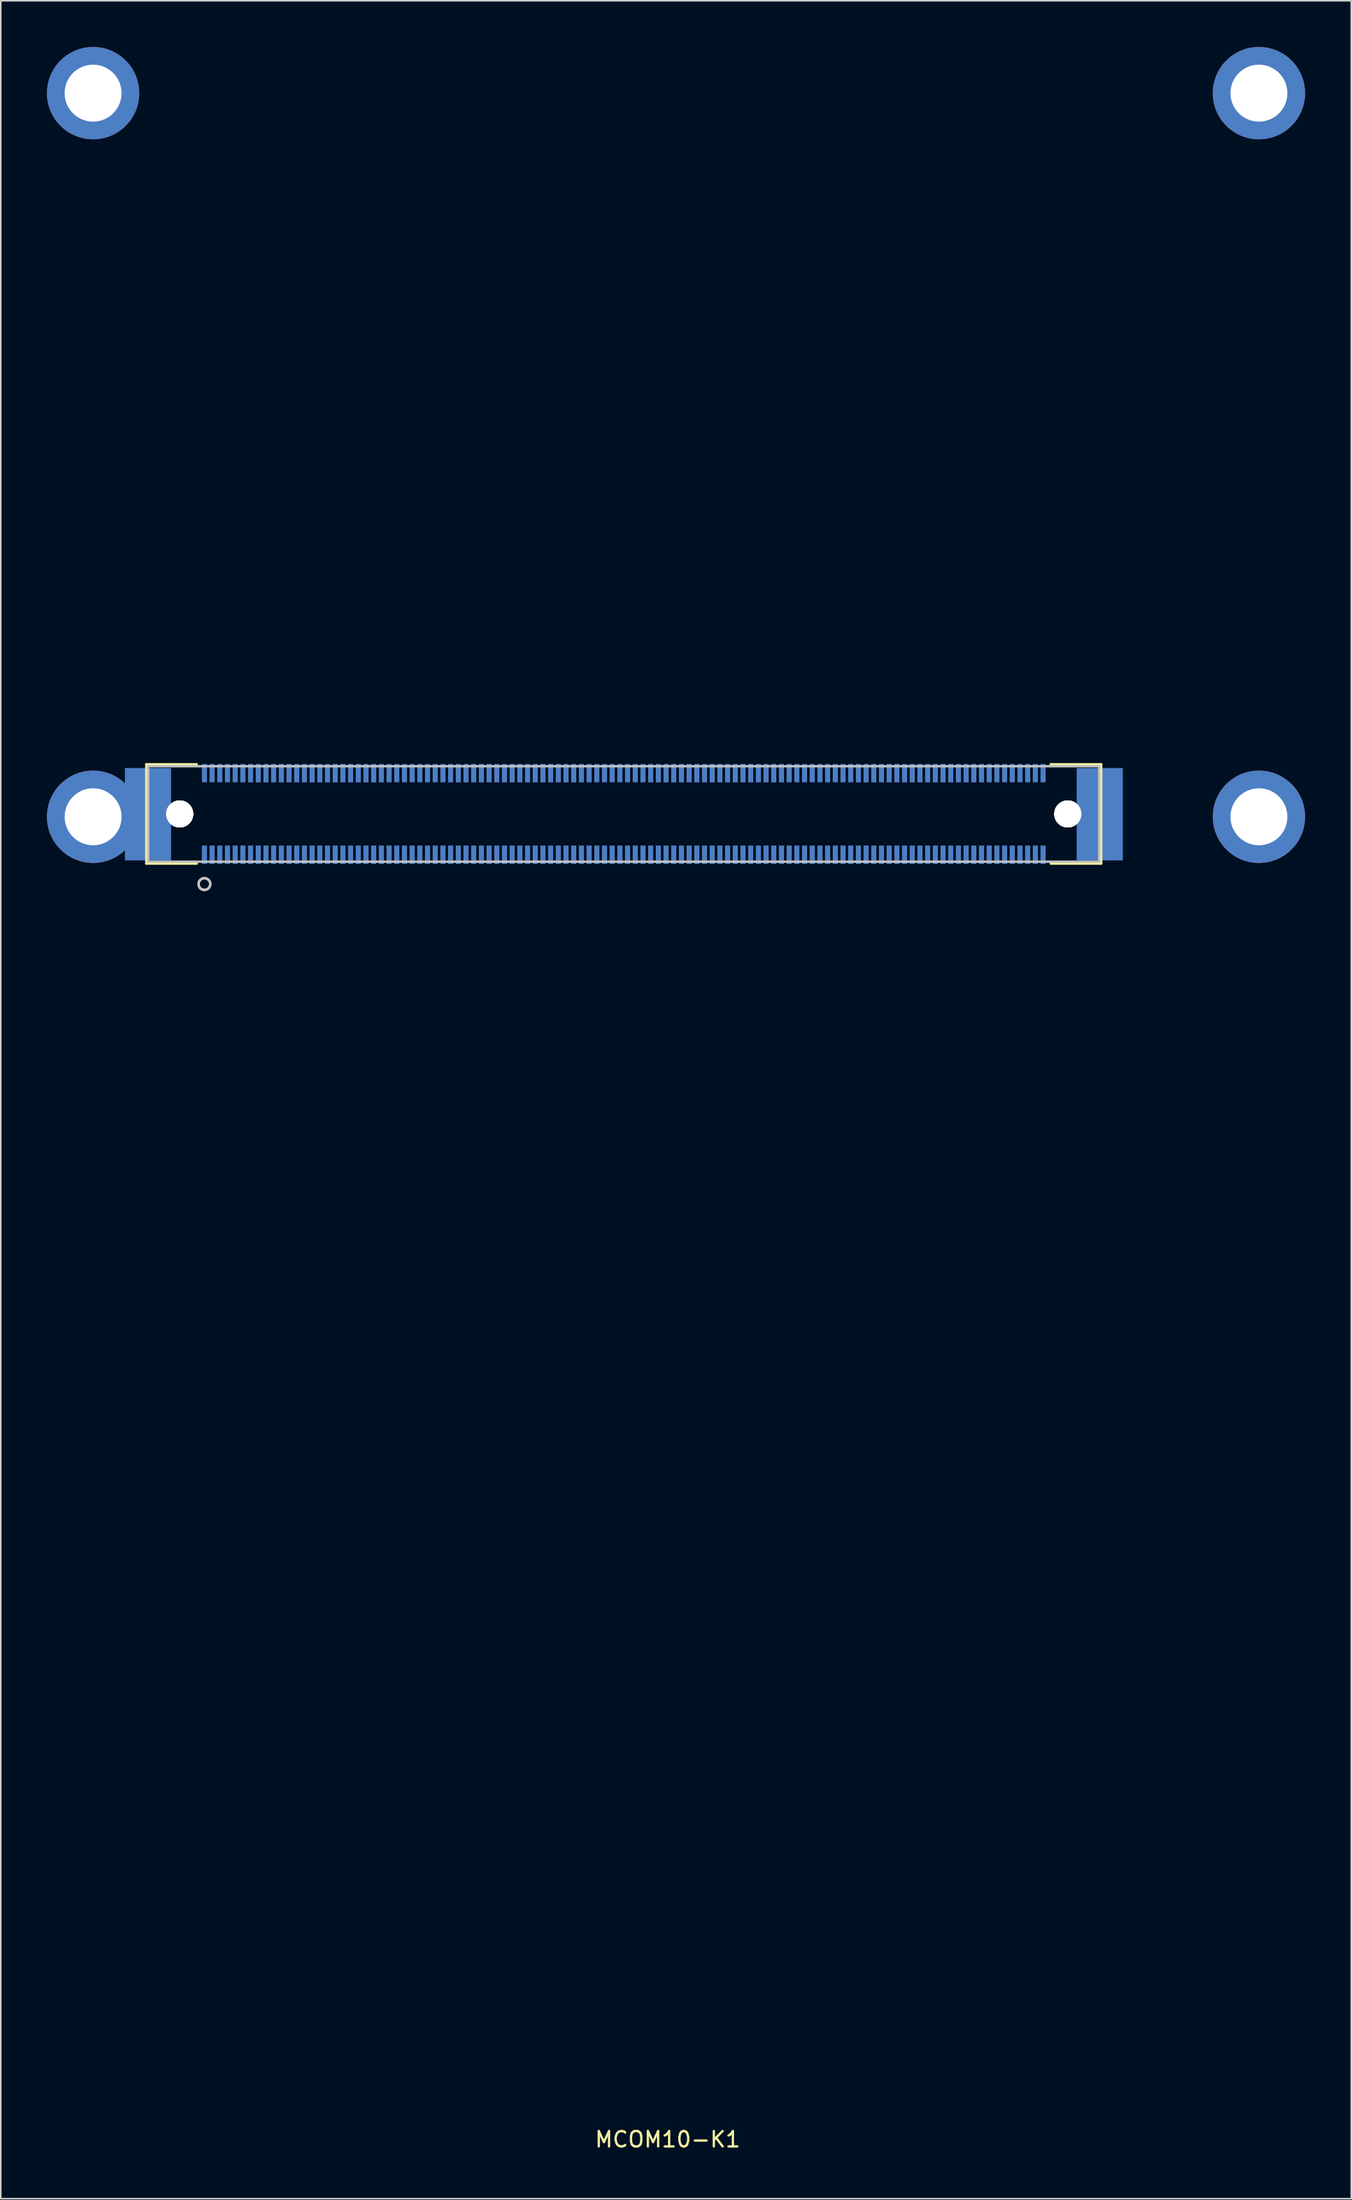
<source format=kicad_pcb>
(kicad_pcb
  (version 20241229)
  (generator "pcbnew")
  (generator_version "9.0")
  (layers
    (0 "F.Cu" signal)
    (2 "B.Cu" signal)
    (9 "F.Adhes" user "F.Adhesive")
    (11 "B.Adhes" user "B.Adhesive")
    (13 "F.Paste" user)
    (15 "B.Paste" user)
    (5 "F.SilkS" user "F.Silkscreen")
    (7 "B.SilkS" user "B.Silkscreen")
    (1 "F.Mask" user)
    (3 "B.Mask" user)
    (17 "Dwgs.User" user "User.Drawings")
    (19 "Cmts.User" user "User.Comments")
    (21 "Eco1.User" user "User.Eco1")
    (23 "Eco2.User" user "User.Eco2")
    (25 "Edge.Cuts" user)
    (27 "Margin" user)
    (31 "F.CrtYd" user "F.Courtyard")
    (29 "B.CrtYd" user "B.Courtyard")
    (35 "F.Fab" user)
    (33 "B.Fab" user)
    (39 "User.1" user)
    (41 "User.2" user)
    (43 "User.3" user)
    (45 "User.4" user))
  (footprint "MCOM10-K1"
    (layer "F.Cu")
    (at 3 50)
    (property "Reference" "MCOM10-K1" (at 37.338 85.906 0) (layer "F.SilkS") (effects (font (size 1 1) (thickness 0.15))))
    (attr through_hole)
    (fp_line (start 3.457 -3.41) (end 6.736 -3.41) (stroke (width 0.152) (type solid)) (layer "F.SilkS"))
    (fp_line (start 3.457 3.042) (end 3.457 -3.41) (stroke (width 0.152) (type solid)) (layer "F.SilkS"))
    (fp_line (start 6.735 3.042) (end 3.457 3.042) (stroke (width 0.152) (type solid)) (layer "F.SilkS"))
    (fp_line (start 62.231 -3.41) (end 65.509 -3.41) (stroke (width 0.152) (type solid)) (layer "F.SilkS"))
    (fp_line (start 65.509 -3.41) (end 65.509 3.042) (stroke (width 0.152) (type solid)) (layer "F.SilkS"))
    (fp_line (start 65.509 3.042) (end 62.231 3.042) (stroke (width 0.152) (type solid)) (layer "F.SilkS"))
    (fp_circle (center 7.233 4.371) (end 6.852 4.371) (stroke (width 0.152) (type solid)) (fill no) (layer "F.SilkS"))
    (fp_circle (center 7.233 4.371) (end 6.852 4.371) (stroke (width 0.152) (type solid)) (fill no) (layer "B.SilkS"))
    (fp_line (start 3.584 -3.283) (end 65.382 -3.283) (stroke (width 0.152) (type solid)) (layer "Dwgs.User"))
    (fp_line (start 3.584 2.915) (end 3.584 -3.283) (stroke (width 0.152) (type solid)) (layer "Dwgs.User"))
    (fp_line (start 65.382 -3.283) (end 65.382 2.915) (stroke (width 0.152) (type solid)) (layer "Dwgs.User"))
    (fp_line (start 65.382 2.915) (end 3.584 2.915) (stroke (width 0.152) (type solid)) (layer "Dwgs.User"))
    (fp_circle (center 7.233 4.371) (end 6.852 4.371) (stroke (width 0.152) (type solid)) (fill no) (layer "Dwgs.User"))
    (fp_text user "Copyright 2016 Accelerated Designs. All rights reserved." (at 64.588 83.256 0) (layer "Cmts.User") (effects (font (size 0.127 0.127) (thickness 0.002))))
    (pad "1" smd rect (at 61.733 2.466) (size 0.33 1.194) (layers "F.Mask" "B.Cu" "F.Paste"))
    (pad "2" smd rect (at 61.233 2.466) (size 0.33 1.194) (layers "F.Mask" "B.Cu" "F.Paste"))
    (pad "3" smd rect (at 60.733 2.466) (size 0.33 1.194) (layers "F.Mask" "B.Cu" "F.Paste"))
    (pad "4" smd rect (at 60.233 2.466) (size 0.33 1.194) (layers "F.Mask" "B.Cu" "F.Paste"))
    (pad "5" smd rect (at 59.733 2.466) (size 0.33 1.194) (layers "F.Mask" "B.Cu" "F.Paste"))
    (pad "6" smd rect (at 59.233 2.466) (size 0.33 1.194) (layers "F.Mask" "B.Cu" "F.Paste"))
    (pad "7" smd rect (at 58.733 2.466) (size 0.33 1.194) (layers "F.Mask" "B.Cu" "F.Paste"))
    (pad "8" smd rect (at 58.233 2.466) (size 0.33 1.194) (layers "F.Mask" "B.Cu" "F.Paste"))
    (pad "9" smd rect (at 57.733 2.466) (size 0.33 1.194) (layers "F.Mask" "B.Cu" "F.Paste"))
    (pad "10" smd rect (at 57.233 2.466) (size 0.33 1.194) (layers "F.Mask" "B.Cu" "F.Paste"))
    (pad "11" smd rect (at 56.733 2.466) (size 0.33 1.194) (layers "F.Mask" "B.Cu" "F.Paste"))
    (pad "12" smd rect (at 56.233 2.466) (size 0.33 1.194) (layers "F.Mask" "B.Cu" "F.Paste"))
    (pad "13" smd rect (at 55.733 2.466) (size 0.33 1.194) (layers "F.Mask" "B.Cu" "F.Paste"))
    (pad "14" smd rect (at 55.233 2.466) (size 0.33 1.194) (layers "F.Mask" "B.Cu" "F.Paste"))
    (pad "15" smd rect (at 54.733 2.466) (size 0.33 1.194) (layers "F.Mask" "B.Cu" "F.Paste"))
    (pad "16" smd rect (at 54.233 2.466) (size 0.33 1.194) (layers "F.Mask" "B.Cu" "F.Paste"))
    (pad "17" smd rect (at 53.733 2.466) (size 0.33 1.194) (layers "F.Mask" "B.Cu" "F.Paste"))
    (pad "18" smd rect (at 53.233 2.466) (size 0.33 1.194) (layers "F.Mask" "B.Cu" "F.Paste"))
    (pad "19" smd rect (at 52.733 2.466) (size 0.33 1.194) (layers "F.Mask" "B.Cu" "F.Paste"))
    (pad "20" smd rect (at 52.233 2.466) (size 0.33 1.194) (layers "F.Mask" "B.Cu" "F.Paste"))
    (pad "21" smd rect (at 51.733 2.466) (size 0.33 1.194) (layers "F.Mask" "B.Cu" "F.Paste"))
    (pad "22" smd rect (at 51.233 2.466) (size 0.33 1.194) (layers "F.Mask" "B.Cu" "F.Paste"))
    (pad "23" smd rect (at 50.733 2.466) (size 0.33 1.194) (layers "F.Mask" "B.Cu" "F.Paste"))
    (pad "24" smd rect (at 50.233 2.466) (size 0.33 1.194) (layers "F.Mask" "B.Cu" "F.Paste"))
    (pad "25" smd rect (at 49.733 2.466) (size 0.33 1.194) (layers "F.Mask" "B.Cu" "F.Paste"))
    (pad "26" smd rect (at 49.233 2.466) (size 0.33 1.194) (layers "F.Mask" "B.Cu" "F.Paste"))
    (pad "27" smd rect (at 48.733 2.466) (size 0.33 1.194) (layers "F.Mask" "B.Cu" "F.Paste"))
    (pad "28" smd rect (at 48.233 2.466) (size 0.33 1.194) (layers "F.Mask" "B.Cu" "F.Paste"))
    (pad "29" smd rect (at 47.733 2.466) (size 0.33 1.194) (layers "F.Mask" "B.Cu" "F.Paste"))
    (pad "30" smd rect (at 47.233 2.466) (size 0.33 1.194) (layers "F.Mask" "B.Cu" "F.Paste"))
    (pad "31" smd rect (at 46.733 2.466) (size 0.33 1.194) (layers "F.Mask" "B.Cu" "F.Paste"))
    (pad "32" smd rect (at 46.233 2.466) (size 0.33 1.194) (layers "F.Mask" "B.Cu" "F.Paste"))
    (pad "33" smd rect (at 45.733 2.466) (size 0.33 1.194) (layers "F.Mask" "B.Cu" "F.Paste"))
    (pad "34" smd rect (at 45.233 2.466) (size 0.33 1.194) (layers "F.Mask" "B.Cu" "F.Paste"))
    (pad "35" smd rect (at 44.733 2.466) (size 0.33 1.194) (layers "F.Mask" "B.Cu" "F.Paste"))
    (pad "36" smd rect (at 44.233 2.466) (size 0.33 1.194) (layers "F.Mask" "B.Cu" "F.Paste"))
    (pad "37" smd rect (at 43.733 2.466) (size 0.33 1.194) (layers "F.Mask" "B.Cu" "F.Paste"))
    (pad "38" smd rect (at 43.233 2.466) (size 0.33 1.194) (layers "F.Mask" "B.Cu" "F.Paste"))
    (pad "39" smd rect (at 42.733 2.466) (size 0.33 1.194) (layers "F.Mask" "B.Cu" "F.Paste"))
    (pad "40" smd rect (at 42.233 2.466) (size 0.33 1.194) (layers "F.Mask" "B.Cu" "F.Paste"))
    (pad "41" smd rect (at 41.733 2.466) (size 0.33 1.194) (layers "F.Mask" "B.Cu" "F.Paste"))
    (pad "42" smd rect (at 41.233 2.466) (size 0.33 1.194) (layers "F.Mask" "B.Cu" "F.Paste"))
    (pad "43" smd rect (at 40.733 2.466) (size 0.33 1.194) (layers "F.Mask" "B.Cu" "F.Paste"))
    (pad "44" smd rect (at 40.233 2.466) (size 0.33 1.194) (layers "F.Mask" "B.Cu" "F.Paste"))
    (pad "45" smd rect (at 39.733 2.466) (size 0.33 1.194) (layers "F.Mask" "B.Cu" "F.Paste"))
    (pad "46" smd rect (at 39.233 2.466) (size 0.33 1.194) (layers "F.Mask" "B.Cu" "F.Paste"))
    (pad "47" smd rect (at 38.733 2.466) (size 0.33 1.194) (layers "F.Mask" "B.Cu" "F.Paste"))
    (pad "48" smd rect (at 38.233 2.466) (size 0.33 1.194) (layers "F.Mask" "B.Cu" "F.Paste"))
    (pad "49" smd rect (at 37.733 2.466) (size 0.33 1.194) (layers "F.Mask" "B.Cu" "F.Paste"))
    (pad "50" smd rect (at 37.233 2.466) (size 0.33 1.194) (layers "F.Mask" "B.Cu" "F.Paste"))
    (pad "51" smd rect (at 36.733 2.466) (size 0.33 1.194) (layers "F.Mask" "B.Cu" "F.Paste"))
    (pad "52" smd rect (at 36.233 2.466) (size 0.33 1.194) (layers "F.Mask" "B.Cu" "F.Paste"))
    (pad "53" smd rect (at 35.733 2.466) (size 0.33 1.194) (layers "F.Mask" "B.Cu" "F.Paste"))
    (pad "54" smd rect (at 35.233 2.466) (size 0.33 1.194) (layers "F.Mask" "B.Cu" "F.Paste"))
    (pad "55" smd rect (at 34.733 2.466) (size 0.33 1.194) (layers "F.Mask" "B.Cu" "F.Paste"))
    (pad "56" smd rect (at 34.233 2.466) (size 0.33 1.194) (layers "F.Mask" "B.Cu" "F.Paste"))
    (pad "57" smd rect (at 33.733 2.466) (size 0.33 1.194) (layers "F.Mask" "B.Cu" "F.Paste"))
    (pad "58" smd rect (at 33.233 2.466) (size 0.33 1.194) (layers "F.Mask" "B.Cu" "F.Paste"))
    (pad "59" smd rect (at 32.733 2.466) (size 0.33 1.194) (layers "F.Mask" "B.Cu" "F.Paste"))
    (pad "60" smd rect (at 32.233 2.466) (size 0.33 1.194) (layers "F.Mask" "B.Cu" "F.Paste"))
    (pad "61" smd rect (at 31.733 2.466) (size 0.33 1.194) (layers "F.Mask" "B.Cu" "F.Paste"))
    (pad "62" smd rect (at 31.233 2.466) (size 0.33 1.194) (layers "F.Mask" "B.Cu" "F.Paste"))
    (pad "63" smd rect (at 30.733 2.466) (size 0.33 1.194) (layers "F.Mask" "B.Cu" "F.Paste"))
    (pad "64" smd rect (at 30.233 2.466) (size 0.33 1.194) (layers "F.Mask" "B.Cu" "F.Paste"))
    (pad "65" smd rect (at 29.733 2.466) (size 0.33 1.194) (layers "F.Mask" "B.Cu" "F.Paste"))
    (pad "66" smd rect (at 29.233 2.466) (size 0.33 1.194) (layers "F.Mask" "B.Cu" "F.Paste"))
    (pad "67" smd rect (at 28.733 2.466) (size 0.33 1.194) (layers "F.Mask" "B.Cu" "F.Paste"))
    (pad "68" smd rect (at 28.233 2.466) (size 0.33 1.194) (layers "F.Mask" "B.Cu" "F.Paste"))
    (pad "69" smd rect (at 27.733 2.466) (size 0.33 1.194) (layers "F.Mask" "B.Cu" "F.Paste"))
    (pad "70" smd rect (at 27.233 2.466) (size 0.33 1.194) (layers "F.Mask" "B.Cu" "F.Paste"))
    (pad "71" smd rect (at 26.733 2.466) (size 0.33 1.194) (layers "F.Mask" "B.Cu" "F.Paste"))
    (pad "72" smd rect (at 26.233 2.466) (size 0.33 1.194) (layers "F.Mask" "B.Cu" "F.Paste"))
    (pad "73" smd rect (at 25.733 2.466) (size 0.33 1.194) (layers "F.Mask" "B.Cu" "F.Paste"))
    (pad "74" smd rect (at 25.233 2.466) (size 0.33 1.194) (layers "F.Mask" "B.Cu" "F.Paste"))
    (pad "75" smd rect (at 24.733 2.466) (size 0.33 1.194) (layers "F.Mask" "B.Cu" "F.Paste"))
    (pad "76" smd rect (at 24.233 2.466) (size 0.33 1.194) (layers "F.Mask" "B.Cu" "F.Paste"))
    (pad "77" smd rect (at 23.733 2.466) (size 0.33 1.194) (layers "F.Mask" "B.Cu" "F.Paste"))
    (pad "78" smd rect (at 23.233 2.466) (size 0.33 1.194) (layers "F.Mask" "B.Cu" "F.Paste"))
    (pad "79" smd rect (at 22.733 2.466) (size 0.33 1.194) (layers "F.Mask" "B.Cu" "F.Paste"))
    (pad "80" smd rect (at 22.233 2.466) (size 0.33 1.194) (layers "F.Mask" "B.Cu" "F.Paste"))
    (pad "81" smd rect (at 21.733 2.466) (size 0.33 1.194) (layers "F.Mask" "B.Cu" "F.Paste"))
    (pad "82" smd rect (at 21.233 2.466) (size 0.33 1.194) (layers "F.Mask" "B.Cu" "F.Paste"))
    (pad "83" smd rect (at 20.733 2.466) (size 0.33 1.194) (layers "F.Mask" "B.Cu" "F.Paste"))
    (pad "84" smd rect (at 20.233 2.466) (size 0.33 1.194) (layers "F.Mask" "B.Cu" "F.Paste"))
    (pad "85" smd rect (at 19.733 2.466) (size 0.33 1.194) (layers "F.Mask" "B.Cu" "F.Paste"))
    (pad "86" smd rect (at 19.233 2.466) (size 0.33 1.194) (layers "F.Mask" "B.Cu" "F.Paste"))
    (pad "87" smd rect (at 18.733 2.466) (size 0.33 1.194) (layers "F.Mask" "B.Cu" "F.Paste"))
    (pad "88" smd rect (at 18.233 2.466) (size 0.33 1.194) (layers "F.Mask" "B.Cu" "F.Paste"))
    (pad "89" smd rect (at 17.733 2.466) (size 0.33 1.194) (layers "F.Mask" "B.Cu" "F.Paste"))
    (pad "90" smd rect (at 17.233 2.466) (size 0.33 1.194) (layers "F.Mask" "B.Cu" "F.Paste"))
    (pad "91" smd rect (at 16.733 2.466) (size 0.33 1.194) (layers "F.Mask" "B.Cu" "F.Paste"))
    (pad "92" smd rect (at 16.233 2.466) (size 0.33 1.194) (layers "F.Mask" "B.Cu" "F.Paste"))
    (pad "93" smd rect (at 15.733 2.466) (size 0.33 1.194) (layers "F.Mask" "B.Cu" "F.Paste"))
    (pad "94" smd rect (at 15.233 2.466) (size 0.33 1.194) (layers "F.Mask" "B.Cu" "F.Paste"))
    (pad "95" smd rect (at 14.733 2.466) (size 0.33 1.194) (layers "F.Mask" "B.Cu" "F.Paste"))
    (pad "96" smd rect (at 14.233 2.466) (size 0.33 1.194) (layers "F.Mask" "B.Cu" "F.Paste"))
    (pad "97" smd rect (at 13.733 2.466) (size 0.33 1.194) (layers "F.Mask" "B.Cu" "F.Paste"))
    (pad "98" smd rect (at 13.233 2.466) (size 0.33 1.194) (layers "F.Mask" "B.Cu" "F.Paste"))
    (pad "99" smd rect (at 12.733 2.466) (size 0.33 1.194) (layers "F.Mask" "B.Cu" "F.Paste"))
    (pad "100" smd rect (at 12.233 2.466) (size 0.33 1.194) (layers "F.Mask" "B.Cu" "F.Paste"))
    (pad "101" smd rect (at 11.733 2.466) (size 0.33 1.194) (layers "F.Mask" "B.Cu" "F.Paste"))
    (pad "102" smd rect (at 11.233 2.466) (size 0.33 1.194) (layers "F.Mask" "B.Cu" "F.Paste"))
    (pad "103" smd rect (at 10.733 2.466) (size 0.33 1.194) (layers "F.Mask" "B.Cu" "F.Paste"))
    (pad "104" smd rect (at 10.233 2.466) (size 0.33 1.194) (layers "F.Mask" "B.Cu" "F.Paste"))
    (pad "105" smd rect (at 9.733 2.466) (size 0.33 1.194) (layers "F.Mask" "B.Cu" "F.Paste"))
    (pad "106" smd rect (at 9.233 2.466) (size 0.33 1.194) (layers "F.Mask" "B.Cu" "F.Paste"))
    (pad "107" smd rect (at 8.733 2.466) (size 0.33 1.194) (layers "F.Mask" "B.Cu" "F.Paste"))
    (pad "108" smd rect (at 8.233 2.466) (size 0.33 1.194) (layers "F.Mask" "B.Cu" "F.Paste"))
    (pad "109" smd rect (at 7.733 2.466) (size 0.33 1.194) (layers "F.Mask" "B.Cu" "F.Paste"))
    (pad "110" smd rect (at 7.233 2.466) (size 0.33 1.194) (layers "F.Mask" "B.Cu" "F.Paste"))
    (pad "111" smd rect (at 61.733 -2.834) (size 0.33 1.194) (layers "F.Mask" "B.Cu" "F.Paste"))
    (pad "112" smd rect (at 61.233 -2.834) (size 0.33 1.194) (layers "F.Mask" "B.Cu" "F.Paste"))
    (pad "113" smd rect (at 60.733 -2.834) (size 0.33 1.194) (layers "F.Mask" "B.Cu" "F.Paste"))
    (pad "114" smd rect (at 60.233 -2.834) (size 0.33 1.194) (layers "F.Mask" "B.Cu" "F.Paste"))
    (pad "115" smd rect (at 59.733 -2.834) (size 0.33 1.194) (layers "F.Mask" "B.Cu" "F.Paste"))
    (pad "116" smd rect (at 59.233 -2.834) (size 0.33 1.194) (layers "F.Mask" "B.Cu" "F.Paste"))
    (pad "117" smd rect (at 58.733 -2.834) (size 0.33 1.194) (layers "F.Mask" "B.Cu" "F.Paste"))
    (pad "118" smd rect (at 58.233 -2.834) (size 0.33 1.194) (layers "F.Mask" "B.Cu" "F.Paste"))
    (pad "119" smd rect (at 57.733 -2.834) (size 0.33 1.194) (layers "F.Mask" "B.Cu" "F.Paste"))
    (pad "120" smd rect (at 57.233 -2.834) (size 0.33 1.194) (layers "F.Mask" "B.Cu" "F.Paste"))
    (pad "121" smd rect (at 56.733 -2.834) (size 0.33 1.194) (layers "F.Mask" "B.Cu" "F.Paste"))
    (pad "122" smd rect (at 56.233 -2.834) (size 0.33 1.194) (layers "F.Mask" "B.Cu" "F.Paste"))
    (pad "123" smd rect (at 55.733 -2.834) (size 0.33 1.194) (layers "F.Mask" "B.Cu" "F.Paste"))
    (pad "124" smd rect (at 55.233 -2.834) (size 0.33 1.194) (layers "F.Mask" "B.Cu" "F.Paste"))
    (pad "125" smd rect (at 54.733 -2.834) (size 0.33 1.194) (layers "F.Mask" "B.Cu" "F.Paste"))
    (pad "126" smd rect (at 54.233 -2.834) (size 0.33 1.194) (layers "F.Mask" "B.Cu" "F.Paste"))
    (pad "127" smd rect (at 53.733 -2.834) (size 0.33 1.194) (layers "F.Mask" "B.Cu" "F.Paste"))
    (pad "128" smd rect (at 53.233 -2.834) (size 0.33 1.194) (layers "F.Mask" "B.Cu" "F.Paste"))
    (pad "129" smd rect (at 52.733 -2.834) (size 0.33 1.194) (layers "F.Mask" "B.Cu" "F.Paste"))
    (pad "130" smd rect (at 52.233 -2.834) (size 0.33 1.194) (layers "F.Mask" "B.Cu" "F.Paste"))
    (pad "131" smd rect (at 51.733 -2.834) (size 0.33 1.194) (layers "F.Mask" "B.Cu" "F.Paste"))
    (pad "132" smd rect (at 51.233 -2.834) (size 0.33 1.194) (layers "F.Mask" "B.Cu" "F.Paste"))
    (pad "133" smd rect (at 50.733 -2.834) (size 0.33 1.194) (layers "F.Mask" "B.Cu" "F.Paste"))
    (pad "134" smd rect (at 50.233 -2.834) (size 0.33 1.194) (layers "F.Mask" "B.Cu" "F.Paste"))
    (pad "135" smd rect (at 49.733 -2.834) (size 0.33 1.194) (layers "F.Mask" "B.Cu" "F.Paste"))
    (pad "136" smd rect (at 49.233 -2.834) (size 0.33 1.194) (layers "F.Mask" "B.Cu" "F.Paste"))
    (pad "137" smd rect (at 48.733 -2.834) (size 0.33 1.194) (layers "F.Mask" "B.Cu" "F.Paste"))
    (pad "138" smd rect (at 48.233 -2.834) (size 0.33 1.194) (layers "F.Mask" "B.Cu" "F.Paste"))
    (pad "139" smd rect (at 47.733 -2.834) (size 0.33 1.194) (layers "F.Mask" "B.Cu" "F.Paste"))
    (pad "140" smd rect (at 47.233 -2.834) (size 0.33 1.194) (layers "F.Mask" "B.Cu" "F.Paste"))
    (pad "141" smd rect (at 46.733 -2.834) (size 0.33 1.194) (layers "F.Mask" "B.Cu" "F.Paste"))
    (pad "142" smd rect (at 46.233 -2.834) (size 0.33 1.194) (layers "F.Mask" "B.Cu" "F.Paste"))
    (pad "143" smd rect (at 45.733 -2.834) (size 0.33 1.194) (layers "F.Mask" "B.Cu" "F.Paste"))
    (pad "144" smd rect (at 45.233 -2.834) (size 0.33 1.194) (layers "F.Mask" "B.Cu" "F.Paste"))
    (pad "145" smd rect (at 44.733 -2.834) (size 0.33 1.194) (layers "F.Mask" "B.Cu" "F.Paste"))
    (pad "146" smd rect (at 44.233 -2.834) (size 0.33 1.194) (layers "F.Mask" "B.Cu" "F.Paste"))
    (pad "147" smd rect (at 43.733 -2.834) (size 0.33 1.194) (layers "F.Mask" "B.Cu" "F.Paste"))
    (pad "148" smd rect (at 43.233 -2.834) (size 0.33 1.194) (layers "F.Mask" "B.Cu" "F.Paste"))
    (pad "149" smd rect (at 42.733 -2.834) (size 0.33 1.194) (layers "F.Mask" "B.Cu" "F.Paste"))
    (pad "150" smd rect (at 42.233 -2.834) (size 0.33 1.194) (layers "F.Mask" "B.Cu" "F.Paste"))
    (pad "151" smd rect (at 41.733 -2.834) (size 0.33 1.194) (layers "F.Mask" "B.Cu" "F.Paste"))
    (pad "152" smd rect (at 41.233 -2.834) (size 0.33 1.194) (layers "F.Mask" "B.Cu" "F.Paste"))
    (pad "153" smd rect (at 40.733 -2.834) (size 0.33 1.194) (layers "F.Mask" "B.Cu" "F.Paste"))
    (pad "154" smd rect (at 40.233 -2.834) (size 0.33 1.194) (layers "F.Mask" "B.Cu" "F.Paste"))
    (pad "155" smd rect (at 39.733 -2.834) (size 0.33 1.194) (layers "F.Mask" "B.Cu" "F.Paste"))
    (pad "156" smd rect (at 39.233 -2.834) (size 0.33 1.194) (layers "F.Mask" "B.Cu" "F.Paste"))
    (pad "157" smd rect (at 38.733 -2.834) (size 0.33 1.194) (layers "F.Mask" "B.Cu" "F.Paste"))
    (pad "158" smd rect (at 38.233 -2.834) (size 0.33 1.194) (layers "F.Mask" "B.Cu" "F.Paste"))
    (pad "159" smd rect (at 37.733 -2.834) (size 0.33 1.194) (layers "F.Mask" "B.Cu" "F.Paste"))
    (pad "160" smd rect (at 37.233 -2.834) (size 0.33 1.194) (layers "F.Mask" "B.Cu" "F.Paste"))
    (pad "161" smd rect (at 36.733 -2.834) (size 0.33 1.194) (layers "F.Mask" "B.Cu" "F.Paste"))
    (pad "162" smd rect (at 36.233 -2.834) (size 0.33 1.194) (layers "F.Mask" "B.Cu" "F.Paste"))
    (pad "163" smd rect (at 35.733 -2.834) (size 0.33 1.194) (layers "F.Mask" "B.Cu" "F.Paste"))
    (pad "164" smd rect (at 35.233 -2.834) (size 0.33 1.194) (layers "F.Mask" "B.Cu" "F.Paste"))
    (pad "165" smd rect (at 34.733 -2.834) (size 0.33 1.194) (layers "F.Mask" "B.Cu" "F.Paste"))
    (pad "166" smd rect (at 34.233 -2.834) (size 0.33 1.194) (layers "F.Mask" "B.Cu" "F.Paste"))
    (pad "167" smd rect (at 33.733 -2.834) (size 0.33 1.194) (layers "F.Mask" "B.Cu" "F.Paste"))
    (pad "168" smd rect (at 33.233 -2.834) (size 0.33 1.194) (layers "F.Mask" "B.Cu" "F.Paste"))
    (pad "169" smd rect (at 32.733 -2.834) (size 0.33 1.194) (layers "F.Mask" "B.Cu" "F.Paste"))
    (pad "170" smd rect (at 32.233 -2.834) (size 0.33 1.194) (layers "F.Mask" "B.Cu" "F.Paste"))
    (pad "171" smd rect (at 31.733 -2.834) (size 0.33 1.194) (layers "F.Mask" "B.Cu" "F.Paste"))
    (pad "172" smd rect (at 31.233 -2.834) (size 0.33 1.194) (layers "F.Mask" "B.Cu" "F.Paste"))
    (pad "173" smd rect (at 30.733 -2.834) (size 0.33 1.194) (layers "F.Mask" "B.Cu" "F.Paste"))
    (pad "174" smd rect (at 30.233 -2.834) (size 0.33 1.194) (layers "F.Mask" "B.Cu" "F.Paste"))
    (pad "175" smd rect (at 29.733 -2.834) (size 0.33 1.194) (layers "F.Mask" "B.Cu" "F.Paste"))
    (pad "176" smd rect (at 29.233 -2.834) (size 0.33 1.194) (layers "F.Mask" "B.Cu" "F.Paste"))
    (pad "177" smd rect (at 28.733 -2.834) (size 0.33 1.194) (layers "F.Mask" "B.Cu" "F.Paste"))
    (pad "178" smd rect (at 28.233 -2.834) (size 0.33 1.194) (layers "F.Mask" "B.Cu" "F.Paste"))
    (pad "179" smd rect (at 27.733 -2.834) (size 0.33 1.194) (layers "F.Mask" "B.Cu" "F.Paste"))
    (pad "180" smd rect (at 27.233 -2.834) (size 0.33 1.194) (layers "F.Mask" "B.Cu" "F.Paste"))
    (pad "181" smd rect (at 26.733 -2.834) (size 0.33 1.194) (layers "F.Mask" "B.Cu" "F.Paste"))
    (pad "182" smd rect (at 26.233 -2.834) (size 0.33 1.194) (layers "F.Mask" "B.Cu" "F.Paste"))
    (pad "183" smd rect (at 25.733 -2.834) (size 0.33 1.194) (layers "F.Mask" "B.Cu" "F.Paste"))
    (pad "184" smd rect (at 25.233 -2.834) (size 0.33 1.194) (layers "F.Mask" "B.Cu" "F.Paste"))
    (pad "185" smd rect (at 24.733 -2.834) (size 0.33 1.194) (layers "F.Mask" "B.Cu" "F.Paste"))
    (pad "186" smd rect (at 24.233 -2.834) (size 0.33 1.194) (layers "F.Mask" "B.Cu" "F.Paste"))
    (pad "187" smd rect (at 23.733 -2.834) (size 0.33 1.194) (layers "F.Mask" "B.Cu" "F.Paste"))
    (pad "188" smd rect (at 23.233 -2.834) (size 0.33 1.194) (layers "F.Mask" "B.Cu" "F.Paste"))
    (pad "189" smd rect (at 22.733 -2.834) (size 0.33 1.194) (layers "F.Mask" "B.Cu" "F.Paste"))
    (pad "190" smd rect (at 22.233 -2.834) (size 0.33 1.194) (layers "F.Mask" "B.Cu" "F.Paste"))
    (pad "191" smd rect (at 21.733 -2.834) (size 0.33 1.194) (layers "F.Mask" "B.Cu" "F.Paste"))
    (pad "192" smd rect (at 21.233 -2.834) (size 0.33 1.194) (layers "F.Mask" "B.Cu" "F.Paste"))
    (pad "193" smd rect (at 20.733 -2.834) (size 0.33 1.194) (layers "F.Mask" "B.Cu" "F.Paste"))
    (pad "194" smd rect (at 20.233 -2.834) (size 0.33 1.194) (layers "F.Mask" "B.Cu" "F.Paste"))
    (pad "195" smd rect (at 19.733 -2.834) (size 0.33 1.194) (layers "F.Mask" "B.Cu" "F.Paste"))
    (pad "196" smd rect (at 19.233 -2.834) (size 0.33 1.194) (layers "F.Mask" "B.Cu" "F.Paste"))
    (pad "197" smd rect (at 18.733 -2.834) (size 0.33 1.194) (layers "F.Mask" "B.Cu" "F.Paste"))
    (pad "198" smd rect (at 18.233 -2.834) (size 0.33 1.194) (layers "F.Mask" "B.Cu" "F.Paste"))
    (pad "199" smd rect (at 17.733 -2.834) (size 0.33 1.194) (layers "F.Mask" "B.Cu" "F.Paste"))
    (pad "200" smd rect (at 17.233 -2.834) (size 0.33 1.194) (layers "F.Mask" "B.Cu" "F.Paste"))
    (pad "201" smd rect (at 16.733 -2.834) (size 0.33 1.194) (layers "F.Mask" "B.Cu" "F.Paste"))
    (pad "202" smd rect (at 16.233 -2.834) (size 0.33 1.194) (layers "F.Mask" "B.Cu" "F.Paste"))
    (pad "203" smd rect (at 15.733 -2.834) (size 0.33 1.194) (layers "F.Mask" "B.Cu" "F.Paste"))
    (pad "204" smd rect (at 15.233 -2.834) (size 0.33 1.194) (layers "F.Mask" "B.Cu" "F.Paste"))
    (pad "205" smd rect (at 14.733 -2.834) (size 0.33 1.194) (layers "F.Mask" "B.Cu" "F.Paste"))
    (pad "206" smd rect (at 14.233 -2.834) (size 0.33 1.194) (layers "F.Mask" "B.Cu" "F.Paste"))
    (pad "207" smd rect (at 13.733 -2.834) (size 0.33 1.194) (layers "F.Mask" "B.Cu" "F.Paste"))
    (pad "208" smd rect (at 13.233 -2.834) (size 0.33 1.194) (layers "F.Mask" "B.Cu" "F.Paste"))
    (pad "209" smd rect (at 12.733 -2.834) (size 0.33 1.194) (layers "F.Mask" "B.Cu" "F.Paste"))
    (pad "210" smd rect (at 12.233 -2.834) (size 0.33 1.194) (layers "F.Mask" "B.Cu" "F.Paste"))
    (pad "211" smd rect (at 11.733 -2.834) (size 0.33 1.194) (layers "F.Mask" "B.Cu" "F.Paste"))
    (pad "212" smd rect (at 11.233 -2.834) (size 0.33 1.194) (layers "F.Mask" "B.Cu" "F.Paste"))
    (pad "213" smd rect (at 10.733 -2.834) (size 0.33 1.194) (layers "F.Mask" "B.Cu" "F.Paste"))
    (pad "214" smd rect (at 10.233 -2.834) (size 0.33 1.194) (layers "F.Mask" "B.Cu" "F.Paste"))
    (pad "215" smd rect (at 9.733 -2.834) (size 0.33 1.194) (layers "F.Mask" "B.Cu" "F.Paste"))
    (pad "216" smd rect (at 9.233 -2.834) (size 0.33 1.194) (layers "F.Mask" "B.Cu" "F.Paste"))
    (pad "217" smd rect (at 8.733 -2.834) (size 0.33 1.194) (layers "F.Mask" "B.Cu" "F.Paste"))
    (pad "218" smd rect (at 8.233 -2.834) (size 0.33 1.194) (layers "F.Mask" "B.Cu" "F.Paste"))
    (pad "219" smd rect (at 7.733 -2.834) (size 0.33 1.194) (layers "F.Mask" "B.Cu" "F.Paste"))
    (pad "220" smd rect (at 7.233 -2.834) (size 0.33 1.194) (layers "F.Mask" "B.Cu" "F.Paste"))
    (pad "221" thru_hole circle (at 63.337 -0.184) (size 1.753 1.753) (drill 1.753) (layers "*.Cu" "F.SilkS"))
    (pad "221" thru_hole circle (at 63.337 -0.184) (size 1.753 1.753) (drill 1.753) (layers "*.Cu" "F.SilkS"))
    (pad "222" thru_hole circle (at 5.629 -0.184) (size 1.753 1.753) (drill 1.753) (layers "*.Cu" "F.SilkS"))
    (pad "222" thru_hole circle (at 5.629 -0.184) (size 1.753 1.753) (drill 1.753) (layers "*.Cu" "F.SilkS"))
    (pad "223" smd rect (at 3.567 -0.167) (size 3 6) (layers "F.Mask" "B.Cu" "F.Paste"))
    (pad "224" smd rect (at 65.416 -0.167) (size 3 6) (layers "F.Mask" "B.Cu" "F.Paste"))
    (pad "225" thru_hole circle (at 75.76 -47) (size 6 6) (drill 3.7) (layers "*.Cu" "*.Mask"))
    (pad "226" thru_hole circle (at 75.76 0) (size 6 6) (drill 3.7) (layers "*.Cu" "*.Mask"))
    (pad "227" thru_hole circle (at 0 0) (size 6 6) (drill 3.7) (layers "*.Cu" "*.Mask"))
    (pad "228" thru_hole circle (at 0 -47) (size 6 6) (drill 3.7) (layers "*.Cu" "*.Mask")))
  (gr_rect
    (start -3 -3)
    (end 84.76 139.754)
    (stroke (width 0.1) (type default))
    (fill no)
    (layer "Edge.Cuts")))
</source>
